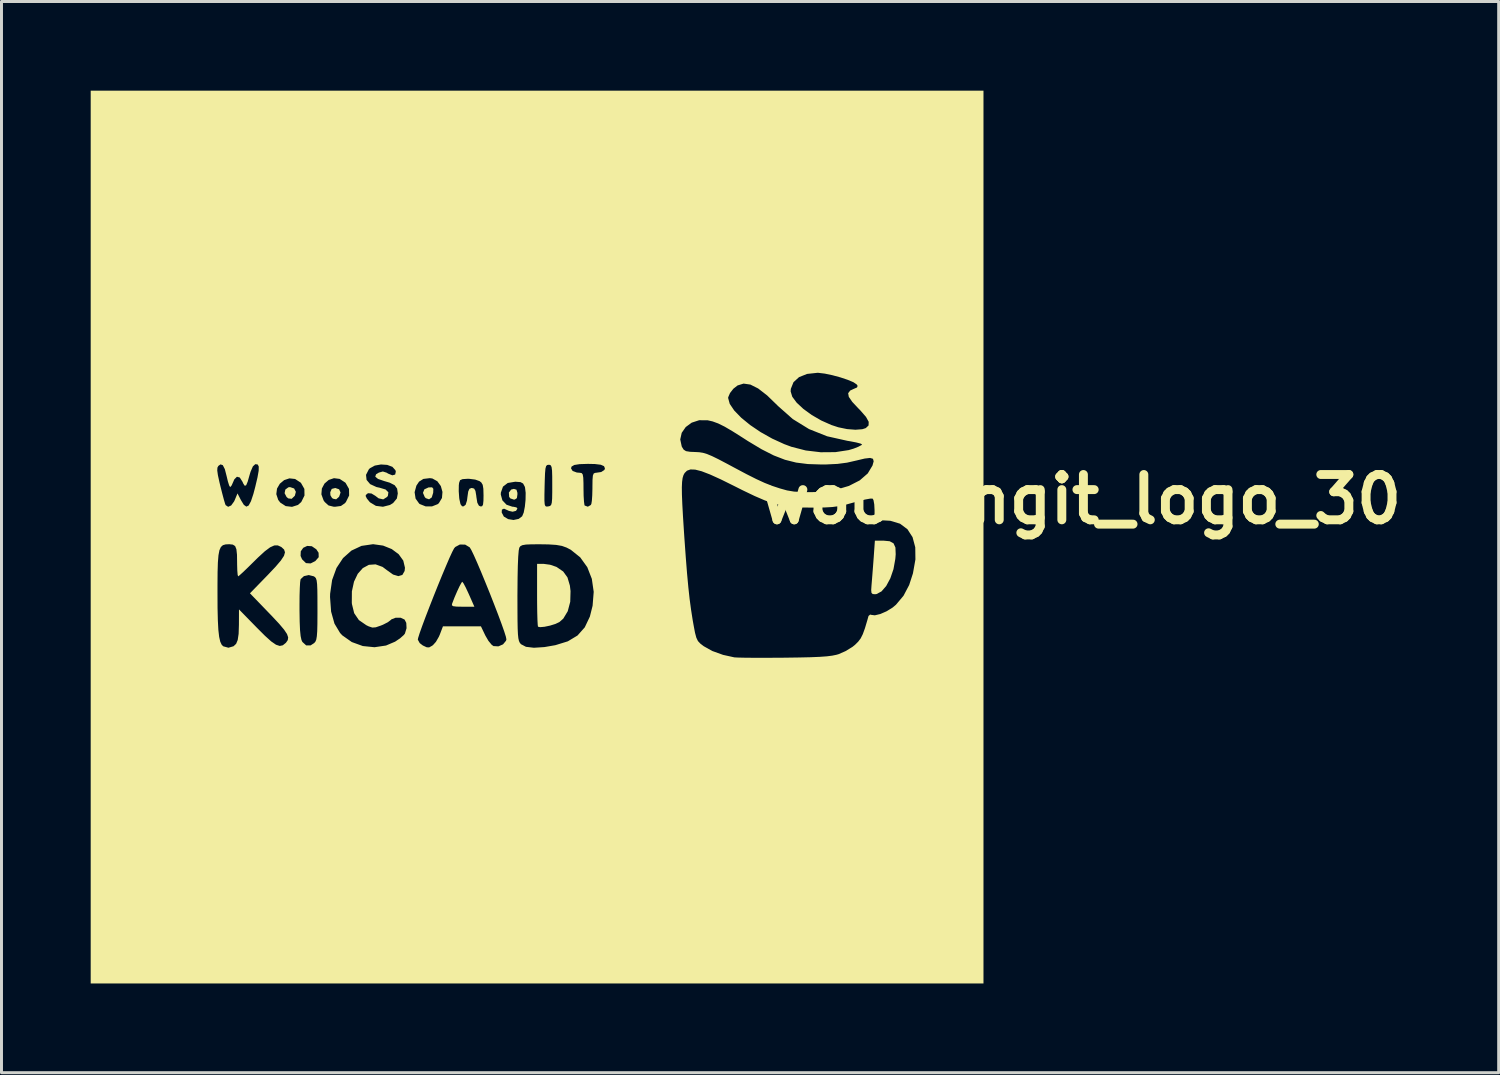
<source format=kicad_pcb>
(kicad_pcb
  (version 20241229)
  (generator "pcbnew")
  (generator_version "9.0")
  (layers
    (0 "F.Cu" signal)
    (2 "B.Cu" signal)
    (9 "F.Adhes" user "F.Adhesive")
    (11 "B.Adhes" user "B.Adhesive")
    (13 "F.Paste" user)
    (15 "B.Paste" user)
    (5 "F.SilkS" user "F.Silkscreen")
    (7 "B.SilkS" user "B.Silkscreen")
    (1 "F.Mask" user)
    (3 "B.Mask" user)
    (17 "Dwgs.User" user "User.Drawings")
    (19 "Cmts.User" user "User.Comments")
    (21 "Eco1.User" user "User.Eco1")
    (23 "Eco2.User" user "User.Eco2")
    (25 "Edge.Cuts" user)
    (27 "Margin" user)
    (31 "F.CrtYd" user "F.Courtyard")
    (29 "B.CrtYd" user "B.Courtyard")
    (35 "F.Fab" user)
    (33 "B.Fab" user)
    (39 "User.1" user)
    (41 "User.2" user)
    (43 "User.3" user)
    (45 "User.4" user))
  (footprint "woosongit_logo_30"
    (layer "F.Cu")
    (at 15.012 15.012)
    (property "Reference" "woosongit_logo_30" (at 18.3 -1.27 0) (layer "F.SilkS") (effects (font (size 1.524 1.524) (thickness 0.3))))
    (attr board_only exclude_from_pos_files exclude_from_bom)
    (fp_poly (pts (xy -8.171 -1.635) (xy -8.112 -1.522) (xy -8.146 -1.392) (xy -8.253 -1.287) (xy -8.368 -1.301) (xy -8.424 -1.347) (xy -8.491 -1.476) (xy -8.466 -1.599) (xy -8.364 -1.674) (xy -8.308 -1.681)) (stroke (width 0) (type solid)) (fill yes) (layer "F.SilkS"))
    (fp_poly (pts (xy -6.658 -1.607) (xy -6.609 -1.499) (xy -6.655 -1.365) (xy -6.668 -1.348) (xy -6.757 -1.27) (xy -6.853 -1.288) (xy -6.896 -1.314) (xy -6.951 -1.407) (xy -6.956 -1.508) (xy -6.906 -1.621) (xy -6.786 -1.651)) (stroke (width 0) (type solid)) (fill yes) (layer "F.SilkS"))
    (fp_poly (pts (xy -3.489 -1.623) (xy -3.494 -1.491) (xy -3.542 -1.334) (xy -3.633 -1.27) (xy -3.743 -1.309) (xy -3.778 -1.346) (xy -3.838 -1.487) (xy -3.792 -1.605) (xy -3.653 -1.669) (xy -3.643 -1.671) (xy -3.53 -1.673)) (stroke (width 0) (type solid)) (fill yes) (layer "F.SilkS"))
    (fp_poly (pts (xy -0.693 -1.594) (xy -0.662 -1.49) (xy -0.661 -1.441) (xy -0.679 -1.31) (xy -0.749 -1.263) (xy -0.782 -1.261) (xy -0.898 -1.3) (xy -0.939 -1.351) (xy -0.949 -1.498) (xy -0.872 -1.598) (xy -0.782 -1.621)) (stroke (width 0) (type solid)) (fill yes) (layer "F.SilkS"))
    (fp_poly (pts (xy -2.476 1.553) (xy -2.404 1.687) (xy -2.314 1.878) (xy -2.294 1.922) (xy -2.109 2.342) (xy -2.502 2.342) (xy -2.712 2.338) (xy -2.826 2.323) (xy -2.866 2.29) (xy -2.857 2.237) (xy -2.779 2.035) (xy -2.691 1.831) (xy -2.609 1.655) (xy -2.544 1.536) (xy -2.516 1.502)) (stroke (width 0) (type solid)) (fill yes) (layer "F.SilkS"))
    (fp_poly (pts (xy 11.859 0.14) (xy 11.988 0.211) (xy 12.051 0.351) (xy 12.06 0.578) (xy 12.047 0.736) (xy 11.985 1.079) (xy 11.879 1.388) (xy 11.741 1.644) (xy 11.582 1.827) (xy 11.415 1.916) (xy 11.364 1.922) (xy 11.286 1.915) (xy 11.246 1.878) (xy 11.236 1.783) (xy 11.248 1.602) (xy 11.253 1.546) (xy 11.273 1.3) (xy 11.297 0.994) (xy 11.32 0.689) (xy 11.323 0.646) (xy 11.36 0.12) (xy 11.652 0.12)) (stroke (width 0) (type solid)) (fill yes) (layer "F.SilkS"))
    (fp_poly (pts (xy 0.225 0.901) (xy 0.438 0.93) (xy 0.647 1.001) (xy 0.656 1.006) (xy 0.878 1.157) (xy 1.022 1.357) (xy 1.103 1.631) (xy 1.125 1.814) (xy 1.115 2.175) (xy 1.031 2.493) (xy 0.881 2.742) (xy 0.751 2.857) (xy 0.616 2.921) (xy 0.435 2.977) (xy 0.249 3.016) (xy 0.099 3.029) (xy 0.03 3.013) (xy 0.021 2.946) (xy 0.012 2.779) (xy 0.005 2.531) (xy 0.001 2.224) (xy 0 1.942) (xy 0 0.901)) (stroke (width 0) (type solid)) (fill yes) (layer "F.SilkS"))
    (fp_poly (pts (xy 15.012 15.012) (xy -15.012 15.012) (xy -15.012 1.86) (xy -10.748 1.86) (xy -10.746 2.383) (xy -10.736 2.799) (xy -10.719 3.118) (xy -10.692 3.354) (xy -10.655 3.518) (xy -10.606 3.622) (xy -10.554 3.673) (xy -10.38 3.721) (xy -10.208 3.671) (xy -10.121 3.589) (xy -10.068 3.461) (xy -10.037 3.253) (xy -10.027 2.946) (xy -10.027 2.944) (xy -10.025 2.432) (xy -9.424 3.047) (xy -9.151 3.32) (xy -8.941 3.509) (xy -8.78 3.62) (xy -8.655 3.661) (xy -8.551 3.639) (xy -8.454 3.561) (xy -8.441 3.547) (xy -8.384 3.464) (xy -8.371 3.373) (xy -8.41 3.26) (xy -8.509 3.112) (xy -8.676 2.914) (xy -8.919 2.654) (xy -9.038 2.531) (xy -9.272 2.288) (xy -7.99 2.288) (xy -7.99 2.46) (xy -7.984 2.847) (xy -7.972 3.131) (xy -7.952 3.329) (xy -7.924 3.459) (xy -7.893 3.526) (xy -7.765 3.643) (xy -7.618 3.643) (xy -7.496 3.564) (xy -7.455 3.516) (xy -7.426 3.447) (xy -7.407 3.336) (xy -7.394 3.167) (xy -7.388 2.92) (xy -7.386 2.578) (xy -7.386 2.425) (xy -7.387 2.048) (xy -7.387 2.016) (xy -6.963 2.016) (xy -6.927 2.506) (xy -6.814 2.91) (xy -6.625 3.225) (xy -6.549 3.306) (xy -6.231 3.53) (xy -5.861 3.664) (xy -5.468 3.704) (xy -5.081 3.647) (xy -4.775 3.517) (xy -4.676 3.45) (xy -4.011 3.45) (xy -3.947 3.565) (xy -3.843 3.645) (xy -3.713 3.706) (xy -3.63 3.71) (xy -3.535 3.657) (xy -3.501 3.633) (xy -3.402 3.523) (xy -3.303 3.351) (xy -3.269 3.273) (xy -3.166 3.002) (xy -1.888 3.002) (xy -1.74 3.311) (xy -1.636 3.49) (xy -1.527 3.622) (xy -1.465 3.666) (xy -1.3 3.675) (xy -1.145 3.607) (xy -1.045 3.486) (xy -1.032 3.441) (xy -1.049 3.352) (xy -1.106 3.171) (xy -1.196 2.916) (xy -1.311 2.606) (xy -1.445 2.259) (xy -1.555 1.978) (xy -0.661 1.978) (xy -0.66 2.443) (xy -0.658 2.803) (xy -0.653 3.073) (xy -0.644 3.268) (xy -0.63 3.402) (xy -0.61 3.492) (xy -0.583 3.551) (xy -0.548 3.595) (xy -0.54 3.603) (xy -0.374 3.69) (xy -0.109 3.722) (xy 0.247 3.699) (xy 0.615 3.635) (xy 1.033 3.506) (xy 1.359 3.31) (xy 1.603 3.036) (xy 1.775 2.674) (xy 1.867 2.308) (xy 1.904 1.841) (xy 1.841 1.404) (xy 1.688 1.012) (xy 1.45 0.681) (xy 1.135 0.428) (xy 0.992 0.353) (xy 0.836 0.297) (xy 0.642 0.263) (xy 0.379 0.246) (xy 0.107 0.242) (xy -0.182 0.243) (xy -0.374 0.251) (xy -0.492 0.271) (xy -0.559 0.304) (xy -0.598 0.356) (xy -0.598 0.356) (xy -0.618 0.455) (xy -0.635 0.663) (xy -0.648 0.97) (xy -0.656 1.365) (xy -0.66 1.837) (xy -0.661 1.978) (xy -1.555 1.978) (xy -1.588 1.894) (xy -1.736 1.529) (xy -1.879 1.182) (xy -2.011 0.871) (xy -2.124 0.616) (xy -2.212 0.434) (xy -2.266 0.345) (xy -2.419 0.253) (xy -2.597 0.25) (xy -2.752 0.333) (xy -2.792 0.381) (xy -2.852 0.495) (xy -2.945 0.696) (xy -3.061 0.966) (xy -3.195 1.285) (xy -3.339 1.637) (xy -3.485 2.002) (xy -3.626 2.362) (xy -3.756 2.699) (xy -3.866 2.995) (xy -3.95 3.232) (xy -4 3.391) (xy -4.011 3.45) (xy -4.676 3.45) (xy -4.607 3.404) (xy -4.481 3.292) (xy -4.445 3.245) (xy -4.39 3.064) (xy -4.399 2.885) (xy -4.456 2.774) (xy -4.586 2.713) (xy -4.754 2.711) (xy -4.896 2.765) (xy -4.921 2.789) (xy -5.019 2.863) (xy -5.181 2.946) (xy -5.255 2.976) (xy -5.424 3.034) (xy -5.54 3.043) (xy -5.664 3.002) (xy -5.742 2.964) (xy -5.993 2.791) (xy -6.151 2.559) (xy -6.227 2.25) (xy -6.231 2.203) (xy -6.228 1.825) (xy -6.157 1.499) (xy -6.031 1.235) (xy -5.861 1.043) (xy -5.657 0.933) (xy -5.432 0.917) (xy -5.196 1.003) (xy -5.052 1.111) (xy -4.843 1.26) (xy -4.665 1.313) (xy -4.531 1.273) (xy -4.455 1.141) (xy -4.443 1.031) (xy -4.5 0.791) (xy -4.655 0.576) (xy -4.888 0.403) (xy -5.179 0.286) (xy -5.506 0.24) (xy -5.524 0.24) (xy -5.906 0.296) (xy -6.243 0.454) (xy -6.526 0.706) (xy -6.746 1.039) (xy -6.893 1.442) (xy -6.96 1.905) (xy -6.963 2.016) (xy -7.387 2.016) (xy -7.39 1.774) (xy -7.398 1.584) (xy -7.413 1.461) (xy -7.437 1.386) (xy -7.471 1.344) (xy -7.512 1.318) (xy -7.679 1.277) (xy -7.841 1.313) (xy -7.949 1.412) (xy -7.955 1.426) (xy -7.969 1.52) (xy -7.98 1.711) (xy -7.988 1.975) (xy -7.99 2.288) (xy -9.272 2.288) (xy -9.656 1.891) (xy -9.062 1.28) (xy -8.798 1.001) (xy -8.617 0.789) (xy -8.514 0.633) (xy -7.954 0.633) (xy -7.903 0.748) (xy -7.772 0.875) (xy -7.616 0.886) (xy -7.459 0.807) (xy -7.344 0.676) (xy -7.348 0.527) (xy -7.425 0.41) (xy -7.576 0.307) (xy -7.731 0.297) (xy -7.864 0.36) (xy -7.947 0.478) (xy -7.954 0.633) (xy -8.514 0.633) (xy -8.512 0.631) (xy -8.478 0.512) (xy -8.508 0.419) (xy -8.595 0.339) (xy -8.609 0.33) (xy -8.72 0.279) (xy -8.838 0.281) (xy -8.978 0.344) (xy -9.156 0.477) (xy -9.387 0.689) (xy -9.536 0.836) (xy -9.731 1.028) (xy -9.894 1.184) (xy -10.009 1.288) (xy -10.054 1.321) (xy -10.07 1.266) (xy -10.082 1.12) (xy -10.088 0.913) (xy -10.088 0.876) (xy -10.092 0.592) (xy -10.112 0.408) (xy -10.155 0.302) (xy -10.232 0.253) (xy -10.35 0.24) (xy -10.361 0.24) (xy -10.477 0.246) (xy -10.567 0.273) (xy -10.634 0.334) (xy -10.683 0.443) (xy -10.715 0.612) (xy -10.735 0.855) (xy -10.745 1.186) (xy -10.748 1.617) (xy -10.748 1.86) (xy -15.012 1.86) (xy -15.012 -2.239) (xy -10.756 -2.239) (xy -10.734 -2.082) (xy -10.681 -1.84) (xy -10.652 -1.72) (xy -10.588 -1.466) (xy -10.532 -1.255) (xy -10.49 -1.115) (xy -10.474 -1.075) (xy -10.39 -1.018) (xy -10.288 -1.063) (xy -10.19 -1.198) (xy -10.168 -1.245) (xy -10.075 -1.469) (xy -9.958 -1.241) (xy -9.862 -1.085) (xy -9.778 -1.024) (xy -9.7 -1.062) (xy -9.622 -1.206) (xy -9.543 -1.444) (xy -8.77 -1.444) (xy -8.706 -1.251) (xy -8.636 -1.16) (xy -8.454 -1.042) (xy -8.242 -1.017) (xy -8.041 -1.081) (xy -7.931 -1.179) (xy -7.822 -1.398) (xy -7.823 -1.438) (xy -7.254 -1.438) (xy -7.18 -1.234) (xy -7.141 -1.179) (xy -7.014 -1.064) (xy -6.846 -1.022) (xy -6.785 -1.021) (xy -6.597 -1.046) (xy -6.464 -1.138) (xy -6.429 -1.179) (xy -6.33 -1.38) (xy -5.765 -1.38) (xy -5.725 -1.297) (xy -5.63 -1.181) (xy -5.617 -1.168) (xy -5.421 -1.05) (xy -5.184 -1.02) (xy -4.948 -1.08) (xy -4.842 -1.145) (xy -4.715 -1.298) (xy -4.684 -1.468) (xy -4.69 -1.509) (xy -4.119 -1.509) (xy -4.086 -1.295) (xy -3.967 -1.128) (xy -3.945 -1.111) (xy -3.749 -1.033) (xy -3.531 -1.033) (xy -3.343 -1.107) (xy -3.303 -1.141) (xy -3.199 -1.315) (xy -3.182 -1.518) (xy -3.189 -1.544) (xy -2.635 -1.544) (xy -2.619 -1.318) (xy -2.613 -1.274) (xy -2.576 -1.107) (xy -2.524 -1.036) (xy -2.473 -1.033) (xy -2.403 -1.086) (xy -2.358 -1.227) (xy -2.342 -1.352) (xy -2.316 -1.533) (xy -2.275 -1.624) (xy -2.206 -1.651) (xy -2.192 -1.651) (xy -2.117 -1.631) (xy -2.073 -1.553) (xy -2.045 -1.388) (xy -2.042 -1.352) (xy -2.01 -1.156) (xy -1.957 -1.057) (xy -1.907 -1.032) (xy -1.85 -1.036) (xy -1.818 -1.091) (xy -1.804 -1.222) (xy -1.801 -1.405) (xy -1.802 -1.431) (xy -1.221 -1.431) (xy -1.167 -1.235) (xy -1.027 -1.088) (xy -0.832 -1.022) (xy -0.804 -1.021) (xy -0.694 -0.999) (xy -0.661 -0.959) (xy -0.709 -0.882) (xy -0.823 -0.853) (xy -0.952 -0.882) (xy -0.968 -0.891) (xy -1.112 -0.956) (xy -1.184 -0.924) (xy -1.19 -0.827) (xy -1.118 -0.69) (xy -0.972 -0.604) (xy -0.793 -0.575) (xy -0.618 -0.612) (xy -0.502 -0.7) (xy -0.45 -0.824) (xy -0.411 -1.025) (xy -0.391 -1.221) (xy 0.247 -1.221) (xy 0.256 -1.101) (xy 0.279 -1.043) (xy 0.318 -1.026) (xy 0.373 -1.031) (xy 0.432 -1.045) (xy 0.471 -1.079) (xy 0.494 -1.155) (xy 0.506 -1.294) (xy 0.51 -1.516) (xy 0.51 -1.741) (xy 0.509 -2.038) (xy 0.503 -2.235) (xy 0.493 -2.312) (xy 1.141 -2.312) (xy 1.195 -2.224) (xy 1.337 -2.171) (xy 1.446 -2.162) (xy 1.501 -2.151) (xy 1.535 -2.105) (xy 1.553 -1.999) (xy 1.56 -1.812) (xy 1.561 -1.631) (xy 1.565 -1.39) (xy 1.577 -1.196) (xy 1.593 -1.079) (xy 1.601 -1.061) (xy 1.707 -1.022) (xy 1.805 -1.078) (xy 1.825 -1.116) (xy 1.842 -1.219) (xy 1.855 -1.405) (xy 1.861 -1.638) (xy 1.861 -1.671) (xy 4.868 -1.671) (xy 4.871 -1.424) (xy 4.884 -1.1) (xy 4.907 -0.687) (xy 4.94 -0.173) (xy 4.954 0.036) (xy 5 0.677) (xy 5.043 1.219) (xy 5.086 1.682) (xy 5.13 2.084) (xy 5.179 2.448) (xy 5.233 2.793) (xy 5.263 2.962) (xy 5.311 3.217) (xy 5.356 3.385) (xy 5.41 3.497) (xy 5.491 3.583) (xy 5.603 3.669) (xy 5.89 3.83) (xy 6.254 3.961) (xy 6.635 4.045) (xy 6.744 4.051) (xy 6.954 4.056) (xy 7.247 4.059) (xy 7.603 4.06) (xy 8.005 4.058) (xy 8.317 4.056) (xy 8.813 4.049) (xy 9.206 4.04) (xy 9.511 4.027) (xy 9.746 4.01) (xy 9.926 3.987) (xy 10.067 3.958) (xy 10.137 3.938) (xy 10.373 3.835) (xy 10.605 3.693) (xy 10.691 3.624) (xy 10.798 3.518) (xy 10.882 3.407) (xy 10.953 3.266) (xy 11.025 3.068) (xy 11.108 2.789) (xy 11.146 2.653) (xy 11.202 2.605) (xy 11.233 2.615) (xy 11.358 2.631) (xy 11.543 2.587) (xy 11.754 2.495) (xy 11.956 2.37) (xy 12.068 2.276) (xy 12.322 1.974) (xy 12.513 1.612) (xy 12.64 1.22) (xy 12.723 0.752) (xy 12.718 0.344) (xy 12.627 0.003) (xy 12.455 -0.264) (xy 12.206 -0.45) (xy 11.883 -0.548) (xy 11.664 -0.561) (xy 11.349 -0.557) (xy 11.349 -0.905) (xy 11.339 -1.1) (xy 11.313 -1.243) (xy 11.285 -1.293) (xy 11.204 -1.294) (xy 11.036 -1.264) (xy 10.809 -1.209) (xy 10.64 -1.162) (xy 10.377 -1.089) (xy 10.153 -1.041) (xy 9.929 -1.011) (xy 9.669 -0.996) (xy 9.334 -0.991) (xy 9.247 -0.991) (xy 8.865 -0.996) (xy 8.539 -1.016) (xy 8.246 -1.058) (xy 7.96 -1.128) (xy 7.658 -1.234) (xy 7.315 -1.382) (xy 6.906 -1.578) (xy 6.634 -1.715) (xy 6.18 -1.94) (xy 5.817 -2.105) (xy 5.533 -2.214) (xy 5.317 -2.269) (xy 5.157 -2.275) (xy 5.041 -2.233) (xy 4.962 -2.155) (xy 4.923 -2.084) (xy 4.894 -1.988) (xy 4.876 -1.855) (xy 4.868 -1.671) (xy 1.861 -1.671) (xy 1.861 -1.686) (xy 1.864 -1.925) (xy 1.876 -2.067) (xy 1.904 -2.138) (xy 1.952 -2.16) (xy 1.977 -2.162) (xy 2.156 -2.188) (xy 2.264 -2.258) (xy 2.282 -2.312) (xy 2.25 -2.386) (xy 2.142 -2.433) (xy 1.944 -2.457) (xy 1.711 -2.462) (xy 1.43 -2.453) (xy 1.252 -2.425) (xy 1.161 -2.373) (xy 1.141 -2.312) (xy 0.493 -2.312) (xy 0.488 -2.352) (xy 0.462 -2.411) (xy 0.42 -2.43) (xy 0.39 -2.432) (xy 0.339 -2.424) (xy 0.304 -2.388) (xy 0.281 -2.302) (xy 0.267 -2.148) (xy 0.258 -1.904) (xy 0.253 -1.722) (xy 0.247 -1.421) (xy 0.247 -1.221) (xy -0.391 -1.221) (xy -0.388 -1.26) (xy -0.384 -1.488) (xy -0.405 -1.664) (xy -0.415 -1.698) (xy -0.471 -1.802) (xy -0.558 -1.849) (xy -0.72 -1.861) (xy -0.74 -1.861) (xy -0.987 -1.82) (xy -1.147 -1.697) (xy -1.218 -1.496) (xy -1.221 -1.431) (xy -1.802 -1.431) (xy -1.807 -1.625) (xy -1.829 -1.758) (xy -1.877 -1.838) (xy -1.937 -1.883) (xy -2.081 -1.934) (xy -2.277 -1.959) (xy -2.342 -1.96) (xy -2.509 -1.949) (xy -2.59 -1.913) (xy -2.622 -1.826) (xy -2.632 -1.743) (xy -2.635 -1.544) (xy -3.189 -1.544) (xy -3.237 -1.716) (xy -3.355 -1.878) (xy -3.522 -1.971) (xy -3.608 -1.982) (xy -3.825 -1.956) (xy -3.969 -1.865) (xy -4.059 -1.73) (xy -4.119 -1.509) (xy -4.69 -1.509) (xy -4.707 -1.631) (xy -4.79 -1.745) (xy -4.956 -1.83) (xy -5.143 -1.885) (xy -5.35 -1.956) (xy -5.442 -2.032) (xy -5.416 -2.111) (xy -5.321 -2.169) (xy -5.187 -2.206) (xy -5.06 -2.166) (xy -5.01 -2.135) (xy -4.868 -2.077) (xy -4.773 -2.103) (xy -4.751 -2.201) (xy -4.764 -2.249) (xy -4.866 -2.363) (xy -5.041 -2.428) (xy -5.25 -2.442) (xy -5.457 -2.405) (xy -5.623 -2.314) (xy -5.659 -2.277) (xy -5.753 -2.093) (xy -5.734 -1.923) (xy -5.614 -1.781) (xy -5.401 -1.683) (xy -5.291 -1.659) (xy -5.095 -1.6) (xy -5.001 -1.507) (xy -5.017 -1.389) (xy -5.045 -1.35) (xy -5.174 -1.268) (xy -5.329 -1.303) (xy -5.442 -1.389) (xy -5.57 -1.466) (xy -5.688 -1.476) (xy -5.758 -1.417) (xy -5.765 -1.38) (xy -6.33 -1.38) (xy -6.321 -1.398) (xy -6.325 -1.62) (xy -6.439 -1.821) (xy -6.452 -1.834) (xy -6.64 -1.957) (xy -6.831 -1.981) (xy -7.007 -1.922) (xy -7.149 -1.8) (xy -7.238 -1.633) (xy -7.254 -1.438) (xy -7.823 -1.438) (xy -7.826 -1.62) (xy -7.94 -1.821) (xy -7.954 -1.834) (xy -8.138 -1.954) (xy -8.329 -1.975) (xy -8.506 -1.916) (xy -8.651 -1.795) (xy -8.746 -1.632) (xy -8.77 -1.444) (xy -9.543 -1.444) (xy -9.538 -1.461) (xy -9.48 -1.68) (xy -9.403 -2.006) (xy -9.363 -2.231) (xy -9.36 -2.371) (xy -9.394 -2.44) (xy -9.465 -2.452) (xy -9.48 -2.449) (xy -9.558 -2.377) (xy -9.636 -2.197) (xy -9.668 -2.091) (xy -9.733 -1.863) (xy -9.783 -1.744) (xy -9.829 -1.724) (xy -9.878 -1.795) (xy -9.907 -1.86) (xy -9.998 -2.003) (xy -10.094 -2.03) (xy -10.183 -1.94) (xy -10.217 -1.861) (xy -10.272 -1.737) (xy -10.32 -1.681) (xy -10.322 -1.681) (xy -10.355 -1.735) (xy -10.399 -1.875) (xy -10.438 -2.039) (xy -10.501 -2.285) (xy -10.569 -2.418) (xy -10.646 -2.445) (xy -10.718 -2.394) (xy -10.75 -2.336) (xy -10.756 -2.239) (xy -15.012 -2.239) (xy -15.012 -3.284) (xy 4.814 -3.284) (xy 4.864 -3.05) (xy 4.873 -3.031) (xy 4.93 -2.94) (xy 5.009 -2.89) (xy 5.145 -2.868) (xy 5.315 -2.861) (xy 5.452 -2.854) (xy 5.579 -2.834) (xy 5.716 -2.793) (xy 5.884 -2.723) (xy 6.103 -2.616) (xy 6.392 -2.464) (xy 6.638 -2.332) (xy 7.044 -2.116) (xy 7.374 -1.95) (xy 7.653 -1.822) (xy 7.909 -1.721) (xy 8.167 -1.636) (xy 8.407 -1.569) (xy 8.641 -1.53) (xy 8.955 -1.512) (xy 9.307 -1.513) (xy 9.658 -1.535) (xy 9.969 -1.575) (xy 10.037 -1.588) (xy 10.487 -1.721) (xy 10.851 -1.907) (xy 11.12 -2.141) (xy 11.28 -2.407) (xy 11.319 -2.549) (xy 11.296 -2.633) (xy 11.199 -2.662) (xy 11.016 -2.641) (xy 10.743 -2.576) (xy 10.423 -2.503) (xy 10.101 -2.461) (xy 9.73 -2.443) (xy 9.548 -2.442) (xy 9.106 -2.456) (xy 8.711 -2.506) (xy 8.337 -2.6) (xy 7.959 -2.746) (xy 7.551 -2.953) (xy 7.089 -3.23) (xy 6.92 -3.339) (xy 6.575 -3.557) (xy 6.306 -3.715) (xy 6.089 -3.822) (xy 5.903 -3.89) (xy 5.732 -3.929) (xy 5.45 -3.93) (xy 5.199 -3.848) (xy 4.999 -3.701) (xy 4.864 -3.507) (xy 4.814 -3.284) (xy -15.012 -3.284) (xy -15.012 -4.677) (xy 6.425 -4.677) (xy 6.479 -4.48) (xy 6.631 -4.255) (xy 6.865 -4.014) (xy 7.166 -3.768) (xy 7.518 -3.53) (xy 7.906 -3.312) (xy 8.315 -3.125) (xy 8.555 -3.036) (xy 9.034 -2.913) (xy 9.538 -2.853) (xy 10.032 -2.857) (xy 10.477 -2.925) (xy 10.643 -2.974) (xy 10.806 -3.039) (xy 10.91 -3.095) (xy 10.929 -3.118) (xy 10.874 -3.146) (xy 10.727 -3.184) (xy 10.518 -3.224) (xy 10.437 -3.237) (xy 9.754 -3.39) (xy 9.146 -3.632) (xy 8.599 -3.969) (xy 8.102 -4.408) (xy 8.084 -4.427) (xy 7.736 -4.764) (xy 7.562 -4.899) (xy 8.527 -4.899) (xy 8.581 -4.721) (xy 8.729 -4.521) (xy 8.954 -4.311) (xy 9.236 -4.106) (xy 9.556 -3.921) (xy 9.895 -3.77) (xy 10.129 -3.693) (xy 10.424 -3.632) (xy 10.706 -3.61) (xy 10.938 -3.628) (xy 11.053 -3.665) (xy 11.148 -3.754) (xy 11.152 -3.877) (xy 11.061 -4.042) (xy 10.872 -4.259) (xy 10.809 -4.323) (xy 10.598 -4.548) (xy 10.483 -4.716) (xy 10.461 -4.839) (xy 10.53 -4.928) (xy 10.636 -4.978) (xy 10.758 -5.031) (xy 10.78 -5.084) (xy 10.749 -5.133) (xy 10.642 -5.206) (xy 10.448 -5.288) (xy 10.2 -5.371) (xy 9.931 -5.444) (xy 9.673 -5.498) (xy 9.458 -5.524) (xy 9.422 -5.524) (xy 9.079 -5.487) (xy 8.809 -5.379) (xy 8.623 -5.209) (xy 8.533 -4.985) (xy 8.527 -4.899) (xy 7.562 -4.899) (xy 7.434 -4.998) (xy 7.173 -5.129) (xy 6.944 -5.162) (xy 6.741 -5.099) (xy 6.601 -4.989) (xy 6.488 -4.844) (xy 6.428 -4.705) (xy 6.425 -4.677) (xy -15.012 -4.677) (xy -15.012 -15.012) (xy 15.012 -15.012)) (stroke (width 0) (type solid)) (fill yes) (layer "F.SilkS")))
  (gr_rect
    (start -3 -3)
    (end 47.35 33.024)
    (stroke (width 0.1) (type default))
    (fill no)
    (layer "Edge.Cuts")))
</source>
